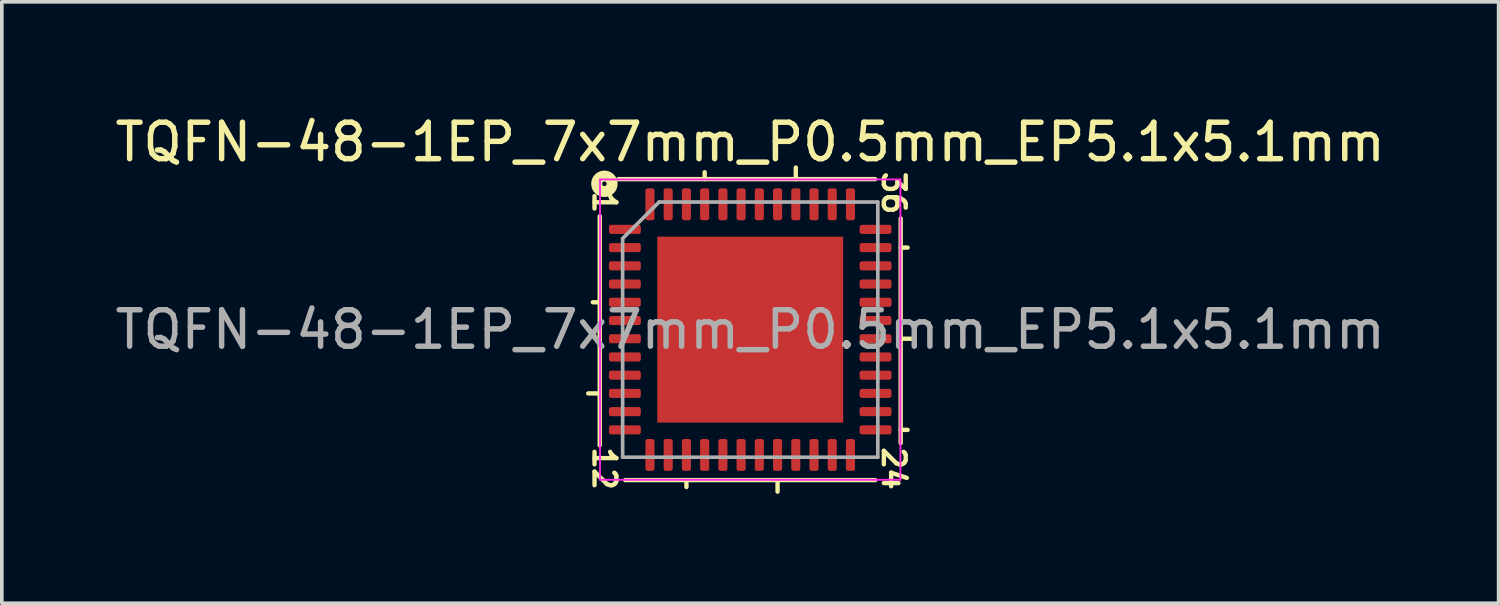
<source format=kicad_pcb>
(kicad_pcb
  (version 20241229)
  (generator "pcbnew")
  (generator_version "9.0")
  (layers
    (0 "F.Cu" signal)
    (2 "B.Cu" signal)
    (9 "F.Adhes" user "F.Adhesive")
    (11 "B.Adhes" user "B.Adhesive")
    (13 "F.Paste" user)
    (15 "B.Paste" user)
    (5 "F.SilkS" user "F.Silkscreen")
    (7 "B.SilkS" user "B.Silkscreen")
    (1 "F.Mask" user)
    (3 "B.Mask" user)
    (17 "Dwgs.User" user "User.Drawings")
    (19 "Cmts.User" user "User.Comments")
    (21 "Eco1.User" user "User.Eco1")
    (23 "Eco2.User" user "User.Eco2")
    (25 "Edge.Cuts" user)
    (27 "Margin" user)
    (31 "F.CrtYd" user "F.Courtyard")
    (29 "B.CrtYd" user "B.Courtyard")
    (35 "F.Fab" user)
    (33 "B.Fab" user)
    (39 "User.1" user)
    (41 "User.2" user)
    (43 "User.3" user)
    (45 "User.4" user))
  (footprint "TQFN-48-1EP_7x7mm_P0.5mm_EP5.1x5.1mm"
    (layer "F.Cu")
    (at 17.53 5.992)
    (property "Reference" "TQFN-48-1EP_7x7mm_P0.5mm_EP5.1x5.1mm" (at 0 -5.144 0) (layer "F.SilkS") (effects (font (size 1 1) (thickness 0.15))))
    (attr smd)
    (fp_line (start -4.128 -3.111) (end -4.128 3.175) (stroke (width 0.12) (type solid)) (layer "F.SilkS"))
    (fp_line (start -4.128 -0.75) (end -4.318 -0.75) (stroke (width 0.12) (type solid)) (layer "F.SilkS"))
    (fp_line (start -4.128 1.75) (end -4.445 1.75) (stroke (width 0.12) (type solid)) (layer "F.SilkS"))
    (fp_line (start -3.429 4.128) (end 3.429 4.128) (stroke (width 0.12) (type solid)) (layer "F.SilkS"))
    (fp_line (start -1.75 4.128) (end -1.75 4.318) (stroke (width 0.12) (type solid)) (layer "F.SilkS"))
    (fp_line (start -1.25 -4.128) (end -1.25 -4.318) (stroke (width 0.12) (type solid)) (layer "F.SilkS"))
    (fp_line (start 0.75 4.128) (end 0.75 4.445) (stroke (width 0.12) (type solid)) (layer "F.SilkS"))
    (fp_line (start 1.25 -4.128) (end 1.25 -4.445) (stroke (width 0.12) (type solid)) (layer "F.SilkS"))
    (fp_line (start 3.429 -4.128) (end -3.619 -4.128) (stroke (width 0.12) (type solid)) (layer "F.SilkS"))
    (fp_line (start 4.128 -2.25) (end 4.318 -2.25) (stroke (width 0.12) (type solid)) (layer "F.SilkS"))
    (fp_line (start 4.128 0.25) (end 4.445 0.25) (stroke (width 0.12) (type solid)) (layer "F.SilkS"))
    (fp_line (start 4.128 2.75) (end 4.318 2.75) (stroke (width 0.12) (type solid)) (layer "F.SilkS"))
    (fp_line (start 4.128 3.111) (end 4.128 -3.048) (stroke (width 0.12) (type solid)) (layer "F.SilkS"))
    (fp_circle (center -4 -4) (end -3.937 -4) (stroke (width 0.3) (type solid)) (fill no) (layer "F.SilkS"))
    (fp_line (start -4.12 -4.12) (end -4.12 4.12) (stroke (width 0.05) (type solid)) (layer "F.CrtYd"))
    (fp_line (start -4.12 4.12) (end 4.12 4.12) (stroke (width 0.05) (type solid)) (layer "F.CrtYd"))
    (fp_line (start 4.12 -4.12) (end -4.12 -4.12) (stroke (width 0.05) (type solid)) (layer "F.CrtYd"))
    (fp_line (start 4.12 4.12) (end 4.12 -4.12) (stroke (width 0.05) (type solid)) (layer "F.CrtYd"))
    (fp_line (start -3.5 -2.5) (end -2.5 -3.5) (stroke (width 0.1) (type solid)) (layer "F.Fab"))
    (fp_line (start -3.5 3.5) (end -3.5 -2.5) (stroke (width 0.1) (type solid)) (layer "F.Fab"))
    (fp_line (start -2.5 -3.5) (end 3.5 -3.5) (stroke (width 0.1) (type solid)) (layer "F.Fab"))
    (fp_line (start 3.5 -3.5) (end 3.5 3.5) (stroke (width 0.1) (type solid)) (layer "F.Fab"))
    (fp_line (start 3.5 3.5) (end -3.5 3.5) (stroke (width 0.1) (type solid)) (layer "F.Fab"))
    (fp_text user "36" (at 3.937 -3.747 270) (unlocked yes) (layer "F.SilkS") (effects (font (size 0.6 0.6) (thickness 0.12))))
    (fp_text user "12" (at -4 3.81 270) (unlocked yes) (layer "F.SilkS") (effects (font (size 0.6 0.6) (thickness 0.12))))
    (fp_text user "24" (at 3.937 3.81 270) (unlocked yes) (layer "F.SilkS") (effects (font (size 0.6 0.6) (thickness 0.12))))
    (fp_text user "1" (at -4 -3.493 270) (unlocked yes) (layer "F.SilkS") (effects (font (size 0.6 0.6) (thickness 0.12))))
    (fp_text user "${REFERENCE}" (at 0 0 0) (layer "F.Fab") (effects (font (size 1 1) (thickness 0.15))))
    (pad "" smd roundrect (at -1.7 -1.7) (size 1.37 1.37) (layers "F.Paste") (roundrect_rratio 0.182))
    (pad "" smd roundrect (at -1.7 0) (size 1.37 1.37) (layers "F.Paste") (roundrect_rratio 0.182))
    (pad "" smd roundrect (at -1.7 1.7) (size 1.37 1.37) (layers "F.Paste") (roundrect_rratio 0.182))
    (pad "" smd roundrect (at 0 -1.7) (size 1.37 1.37) (layers "F.Paste") (roundrect_rratio 0.182))
    (pad "" smd roundrect (at 0 0) (size 1.37 1.37) (layers "F.Paste") (roundrect_rratio 0.182))
    (pad "" smd roundrect (at 0 1.7) (size 1.37 1.37) (layers "F.Paste") (roundrect_rratio 0.182))
    (pad "" smd roundrect (at 1.7 -1.7) (size 1.37 1.37) (layers "F.Paste") (roundrect_rratio 0.182))
    (pad "" smd roundrect (at 1.7 0) (size 1.37 1.37) (layers "F.Paste") (roundrect_rratio 0.182))
    (pad "" smd roundrect (at 1.7 1.7) (size 1.37 1.37) (layers "F.Paste") (roundrect_rratio 0.182))
    (pad "1" smd roundrect (at -3.438 -2.75) (size 0.875 0.25) (layers "F.Cu" "F.Mask" "F.Paste") (roundrect_rratio 0.25))
    (pad "2" smd roundrect (at -3.438 -2.25) (size 0.875 0.25) (layers "F.Cu" "F.Mask" "F.Paste") (roundrect_rratio 0.25))
    (pad "3" smd roundrect (at -3.438 -1.75) (size 0.875 0.25) (layers "F.Cu" "F.Mask" "F.Paste") (roundrect_rratio 0.25))
    (pad "4" smd roundrect (at -3.438 -1.25) (size 0.875 0.25) (layers "F.Cu" "F.Mask" "F.Paste") (roundrect_rratio 0.25))
    (pad "5" smd roundrect (at -3.438 -0.75) (size 0.875 0.25) (layers "F.Cu" "F.Mask" "F.Paste") (roundrect_rratio 0.25))
    (pad "6" smd roundrect (at -3.438 -0.25) (size 0.875 0.25) (layers "F.Cu" "F.Mask" "F.Paste") (roundrect_rratio 0.25))
    (pad "7" smd roundrect (at -3.438 0.25) (size 0.875 0.25) (layers "F.Cu" "F.Mask" "F.Paste") (roundrect_rratio 0.25))
    (pad "8" smd roundrect (at -3.438 0.75) (size 0.875 0.25) (layers "F.Cu" "F.Mask" "F.Paste") (roundrect_rratio 0.25))
    (pad "9" smd roundrect (at -3.438 1.25) (size 0.875 0.25) (layers "F.Cu" "F.Mask" "F.Paste") (roundrect_rratio 0.25))
    (pad "10" smd roundrect (at -3.438 1.75) (size 0.875 0.25) (layers "F.Cu" "F.Mask" "F.Paste") (roundrect_rratio 0.25))
    (pad "11" smd roundrect (at -3.438 2.25) (size 0.875 0.25) (layers "F.Cu" "F.Mask" "F.Paste") (roundrect_rratio 0.25))
    (pad "12" smd roundrect (at -3.438 2.75) (size 0.875 0.25) (layers "F.Cu" "F.Mask" "F.Paste") (roundrect_rratio 0.25))
    (pad "13" smd roundrect (at -2.75 3.438) (size 0.25 0.875) (layers "F.Cu" "F.Mask" "F.Paste") (roundrect_rratio 0.25))
    (pad "14" smd roundrect (at -2.25 3.438) (size 0.25 0.875) (layers "F.Cu" "F.Mask" "F.Paste") (roundrect_rratio 0.25))
    (pad "15" smd roundrect (at -1.75 3.438) (size 0.25 0.875) (layers "F.Cu" "F.Mask" "F.Paste") (roundrect_rratio 0.25))
    (pad "16" smd roundrect (at -1.25 3.438) (size 0.25 0.875) (layers "F.Cu" "F.Mask" "F.Paste") (roundrect_rratio 0.25))
    (pad "17" smd roundrect (at -0.75 3.438) (size 0.25 0.875) (layers "F.Cu" "F.Mask" "F.Paste") (roundrect_rratio 0.25))
    (pad "18" smd roundrect (at -0.25 3.438) (size 0.25 0.875) (layers "F.Cu" "F.Mask" "F.Paste") (roundrect_rratio 0.25))
    (pad "19" smd roundrect (at 0.25 3.438) (size 0.25 0.875) (layers "F.Cu" "F.Mask" "F.Paste") (roundrect_rratio 0.25))
    (pad "20" smd roundrect (at 0.75 3.438) (size 0.25 0.875) (layers "F.Cu" "F.Mask" "F.Paste") (roundrect_rratio 0.25))
    (pad "21" smd roundrect (at 1.25 3.438) (size 0.25 0.875) (layers "F.Cu" "F.Mask" "F.Paste") (roundrect_rratio 0.25))
    (pad "22" smd roundrect (at 1.75 3.438) (size 0.25 0.875) (layers "F.Cu" "F.Mask" "F.Paste") (roundrect_rratio 0.25))
    (pad "23" smd roundrect (at 2.25 3.438) (size 0.25 0.875) (layers "F.Cu" "F.Mask" "F.Paste") (roundrect_rratio 0.25))
    (pad "24" smd roundrect (at 2.75 3.438) (size 0.25 0.875) (layers "F.Cu" "F.Mask" "F.Paste") (roundrect_rratio 0.25))
    (pad "25" smd roundrect (at 3.438 2.75) (size 0.875 0.25) (layers "F.Cu" "F.Mask" "F.Paste") (roundrect_rratio 0.25))
    (pad "26" smd roundrect (at 3.438 2.25) (size 0.875 0.25) (layers "F.Cu" "F.Mask" "F.Paste") (roundrect_rratio 0.25))
    (pad "27" smd roundrect (at 3.438 1.75) (size 0.875 0.25) (layers "F.Cu" "F.Mask" "F.Paste") (roundrect_rratio 0.25))
    (pad "28" smd roundrect (at 3.438 1.25) (size 0.875 0.25) (layers "F.Cu" "F.Mask" "F.Paste") (roundrect_rratio 0.25))
    (pad "29" smd roundrect (at 3.438 0.75) (size 0.875 0.25) (layers "F.Cu" "F.Mask" "F.Paste") (roundrect_rratio 0.25))
    (pad "30" smd roundrect (at 3.438 0.25) (size 0.875 0.25) (layers "F.Cu" "F.Mask" "F.Paste") (roundrect_rratio 0.25))
    (pad "31" smd roundrect (at 3.438 -0.25) (size 0.875 0.25) (layers "F.Cu" "F.Mask" "F.Paste") (roundrect_rratio 0.25))
    (pad "32" smd roundrect (at 3.438 -0.75) (size 0.875 0.25) (layers "F.Cu" "F.Mask" "F.Paste") (roundrect_rratio 0.25))
    (pad "33" smd roundrect (at 3.438 -1.25) (size 0.875 0.25) (layers "F.Cu" "F.Mask" "F.Paste") (roundrect_rratio 0.25))
    (pad "34" smd roundrect (at 3.438 -1.75) (size 0.875 0.25) (layers "F.Cu" "F.Mask" "F.Paste") (roundrect_rratio 0.25))
    (pad "35" smd roundrect (at 3.438 -2.25) (size 0.875 0.25) (layers "F.Cu" "F.Mask" "F.Paste") (roundrect_rratio 0.25))
    (pad "36" smd roundrect (at 3.438 -2.75) (size 0.875 0.25) (layers "F.Cu" "F.Mask" "F.Paste") (roundrect_rratio 0.25))
    (pad "37" smd roundrect (at 2.75 -3.438) (size 0.25 0.875) (layers "F.Cu" "F.Mask" "F.Paste") (roundrect_rratio 0.25))
    (pad "38" smd roundrect (at 2.25 -3.438) (size 0.25 0.875) (layers "F.Cu" "F.Mask" "F.Paste") (roundrect_rratio 0.25))
    (pad "39" smd roundrect (at 1.75 -3.438) (size 0.25 0.875) (layers "F.Cu" "F.Mask" "F.Paste") (roundrect_rratio 0.25))
    (pad "40" smd roundrect (at 1.25 -3.438) (size 0.25 0.875) (layers "F.Cu" "F.Mask" "F.Paste") (roundrect_rratio 0.25))
    (pad "41" smd roundrect (at 0.75 -3.438) (size 0.25 0.875) (layers "F.Cu" "F.Mask" "F.Paste") (roundrect_rratio 0.25))
    (pad "42" smd roundrect (at 0.25 -3.438) (size 0.25 0.875) (layers "F.Cu" "F.Mask" "F.Paste") (roundrect_rratio 0.25))
    (pad "43" smd roundrect (at -0.25 -3.438) (size 0.25 0.875) (layers "F.Cu" "F.Mask" "F.Paste") (roundrect_rratio 0.25))
    (pad "44" smd roundrect (at -0.75 -3.438) (size 0.25 0.875) (layers "F.Cu" "F.Mask" "F.Paste") (roundrect_rratio 0.25))
    (pad "45" smd roundrect (at -1.25 -3.438) (size 0.25 0.875) (layers "F.Cu" "F.Mask" "F.Paste") (roundrect_rratio 0.25))
    (pad "46" smd roundrect (at -1.75 -3.438) (size 0.25 0.875) (layers "F.Cu" "F.Mask" "F.Paste") (roundrect_rratio 0.25))
    (pad "47" smd roundrect (at -2.25 -3.438) (size 0.25 0.875) (layers "F.Cu" "F.Mask" "F.Paste") (roundrect_rratio 0.25))
    (pad "48" smd roundrect (at -2.75 -3.438) (size 0.25 0.875) (layers "F.Cu" "F.Mask" "F.Paste") (roundrect_rratio 0.25))
    (pad "49" smd rect (at 0 0) (size 5.1 5.1) (layers "F.Cu" "F.Mask")))
  (gr_rect
    (start -3 -3)
    (end 38.06 13.497)
    (stroke (width 0.1) (type default))
    (fill no)
    (layer "Edge.Cuts")))
</source>
